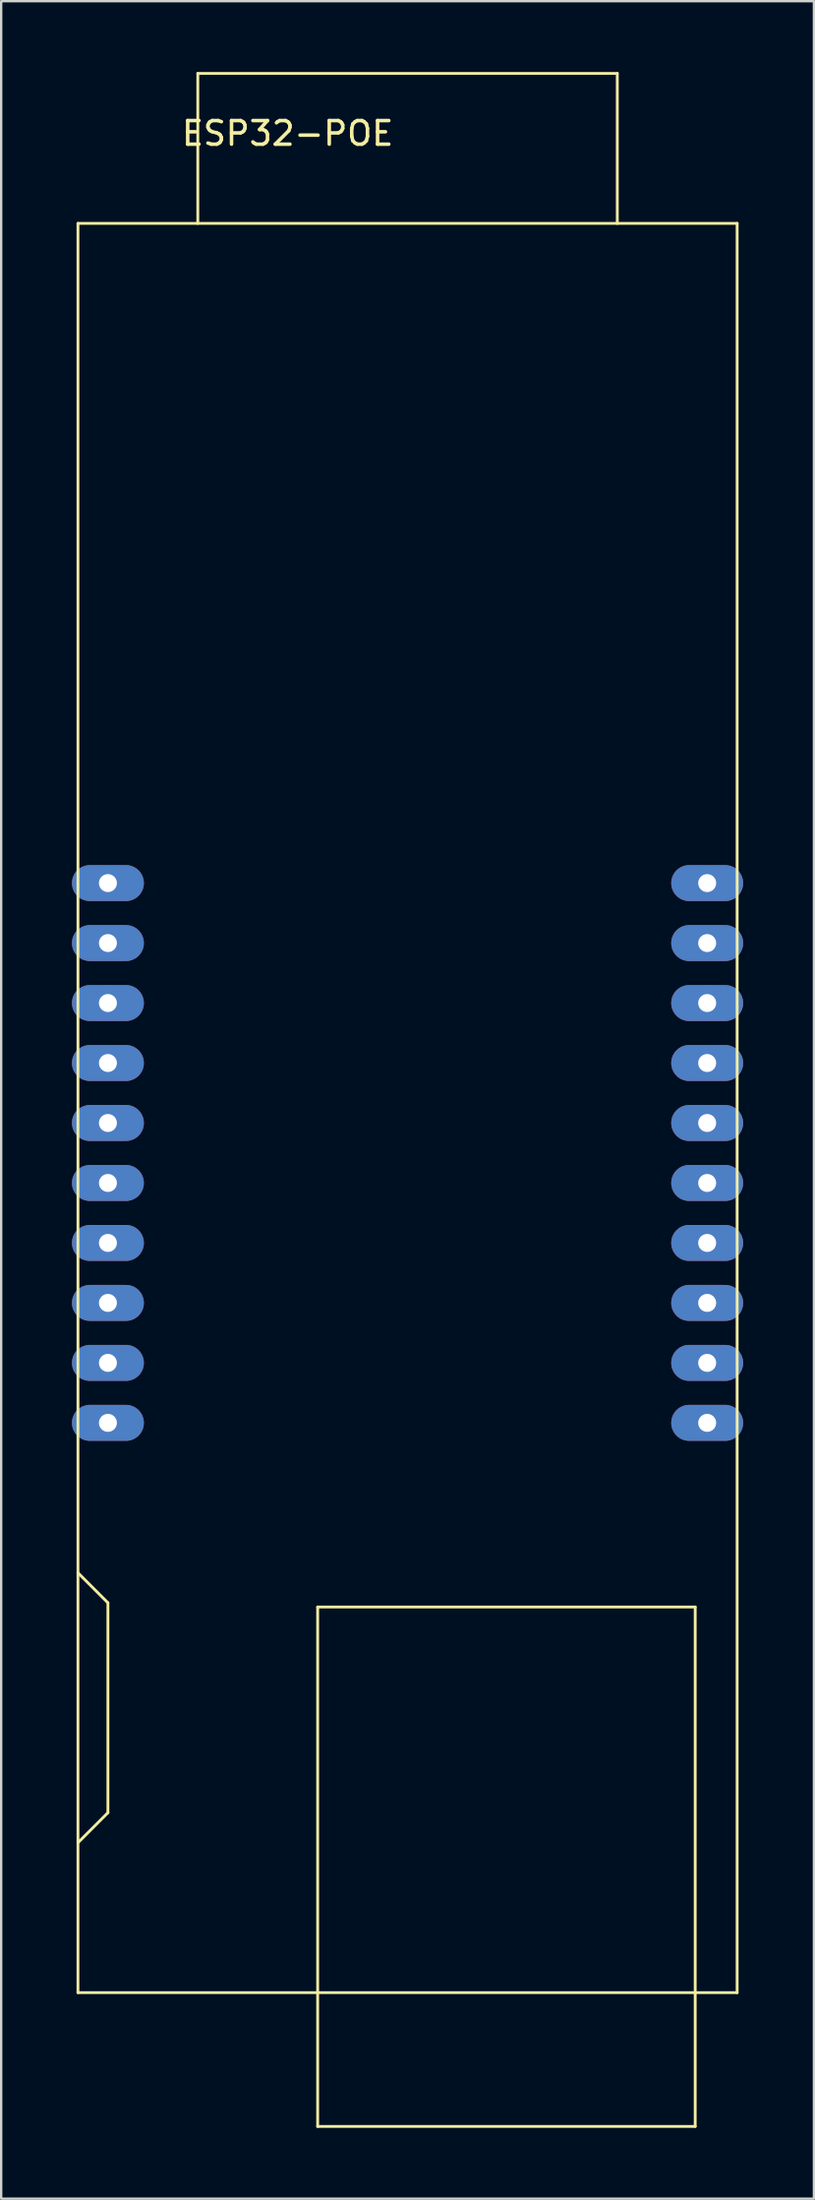
<source format=kicad_pcb>
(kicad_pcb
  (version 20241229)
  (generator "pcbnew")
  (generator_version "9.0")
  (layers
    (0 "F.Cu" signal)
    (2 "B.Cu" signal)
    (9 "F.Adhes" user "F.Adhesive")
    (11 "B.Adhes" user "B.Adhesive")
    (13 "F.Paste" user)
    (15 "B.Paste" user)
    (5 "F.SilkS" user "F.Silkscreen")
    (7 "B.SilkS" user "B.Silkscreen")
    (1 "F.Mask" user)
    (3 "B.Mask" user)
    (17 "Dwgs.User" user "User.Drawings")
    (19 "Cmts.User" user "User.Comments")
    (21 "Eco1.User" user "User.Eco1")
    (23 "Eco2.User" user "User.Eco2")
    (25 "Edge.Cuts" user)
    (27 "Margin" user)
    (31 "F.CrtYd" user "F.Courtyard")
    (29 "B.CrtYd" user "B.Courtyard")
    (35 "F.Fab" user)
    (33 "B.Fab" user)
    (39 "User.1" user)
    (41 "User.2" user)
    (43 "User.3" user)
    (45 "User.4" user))
  (footprint "ESP32-POE"
    (layer "F.Cu")
    (at 14.224 43.24)
    (property "Reference" "ESP32-POE" (at -5.08 -40.64 0) (layer "F.SilkS") (effects (font (size 1 1) (thickness 0.15))))
    (attr through_hole)
    (fp_line (start -13.97 -36.83) (end 13.97 -36.83) (stroke (width 0.12) (type solid)) (layer "F.SilkS"))
    (fp_line (start -13.97 38.1) (end -13.97 -36.83) (stroke (width 0.12) (type solid)) (layer "F.SilkS"))
    (fp_line (start -12.7 21.59) (end -13.97 20.32) (stroke (width 0.12) (type solid)) (layer "F.SilkS"))
    (fp_line (start -12.7 30.48) (end -13.97 31.75) (stroke (width 0.12) (type solid)) (layer "F.SilkS"))
    (fp_line (start -12.7 30.48) (end -12.7 21.59) (stroke (width 0.12) (type solid)) (layer "F.SilkS"))
    (fp_line (start -8.89 -43.18) (end 8.89 -43.18) (stroke (width 0.12) (type solid)) (layer "F.SilkS"))
    (fp_line (start -8.89 -36.83) (end -8.89 -43.18) (stroke (width 0.12) (type solid)) (layer "F.SilkS"))
    (fp_line (start -3.81 21.768) (end 12.192 21.768) (stroke (width 0.12) (type solid)) (layer "F.SilkS"))
    (fp_line (start -3.81 43.767) (end -3.81 21.768) (stroke (width 0.12) (type solid)) (layer "F.SilkS"))
    (fp_line (start -3.81 43.767) (end 12.192 43.767) (stroke (width 0.12) (type solid)) (layer "F.SilkS"))
    (fp_line (start 8.89 -43.18) (end 8.89 -36.83) (stroke (width 0.12) (type solid)) (layer "F.SilkS"))
    (fp_line (start 12.192 43.767) (end 12.192 21.768) (stroke (width 0.12) (type solid)) (layer "F.SilkS"))
    (fp_line (start 13.97 -36.83) (end 13.97 38.1) (stroke (width 0.12) (type solid)) (layer "F.SilkS"))
    (fp_line (start 13.97 38.1) (end -13.97 38.1) (stroke (width 0.12) (type solid)) (layer "F.SilkS"))
    (pad "1" thru_hole oval (at -12.7 -8.89) (size 3.048 1.524) (drill 0.762) (layers "*.Cu" "*.Mask"))
    (pad "2" thru_hole oval (at -12.7 -6.35) (size 3.048 1.524) (drill 0.762) (layers "*.Cu" "*.Mask"))
    (pad "3" thru_hole oval (at -12.7 -3.81) (size 3.048 1.524) (drill 0.762) (layers "*.Cu" "*.Mask"))
    (pad "4" thru_hole oval (at -12.7 -1.27) (size 3.048 1.524) (drill 0.762) (layers "*.Cu" "*.Mask"))
    (pad "5" thru_hole oval (at -12.7 1.27) (size 3.048 1.524) (drill 0.762) (layers "*.Cu" "*.Mask"))
    (pad "6" thru_hole oval (at -12.7 3.81) (size 3.048 1.524) (drill 0.762) (layers "*.Cu" "*.Mask"))
    (pad "7" thru_hole oval (at -12.7 6.35) (size 3.048 1.524) (drill 0.762) (layers "*.Cu" "*.Mask"))
    (pad "8" thru_hole oval (at -12.7 8.89) (size 3.048 1.524) (drill 0.762) (layers "*.Cu" "*.Mask"))
    (pad "9" thru_hole oval (at -12.7 11.43) (size 3.048 1.524) (drill 0.762) (layers "*.Cu" "*.Mask"))
    (pad "10" thru_hole oval (at -12.7 13.97) (size 3.048 1.524) (drill 0.762) (layers "*.Cu" "*.Mask"))
    (pad "11" thru_hole oval (at 12.7 13.97) (size 3.048 1.524) (drill 0.762) (layers "*.Cu" "*.Mask"))
    (pad "12" thru_hole oval (at 12.7 11.43) (size 3.048 1.524) (drill 0.762) (layers "*.Cu" "*.Mask"))
    (pad "13" thru_hole oval (at 12.7 8.89) (size 3.048 1.524) (drill 0.762) (layers "*.Cu" "*.Mask"))
    (pad "14" thru_hole oval (at 12.7 6.35) (size 3.048 1.524) (drill 0.762) (layers "*.Cu" "*.Mask"))
    (pad "15" thru_hole oval (at 12.7 3.81) (size 3.048 1.524) (drill 0.762) (layers "*.Cu" "*.Mask"))
    (pad "16" thru_hole oval (at 12.7 1.27) (size 3.048 1.524) (drill 0.762) (layers "*.Cu" "*.Mask"))
    (pad "17" thru_hole oval (at 12.7 -1.27) (size 3.048 1.524) (drill 0.762) (layers "*.Cu" "*.Mask"))
    (pad "18" thru_hole oval (at 12.7 -3.81) (size 3.048 1.524) (drill 0.762) (layers "*.Cu" "*.Mask"))
    (pad "19" thru_hole oval (at 12.7 -6.35) (size 3.048 1.524) (drill 0.762) (layers "*.Cu" "*.Mask"))
    (pad "20" thru_hole oval (at 12.7 -8.89) (size 3.048 1.524) (drill 0.762) (layers "*.Cu" "*.Mask")))
  (gr_rect
    (start -3 -3)
    (end 31.448 90.067)
    (stroke (width 0.1) (type default))
    (fill no)
    (layer "Edge.Cuts")))
</source>
